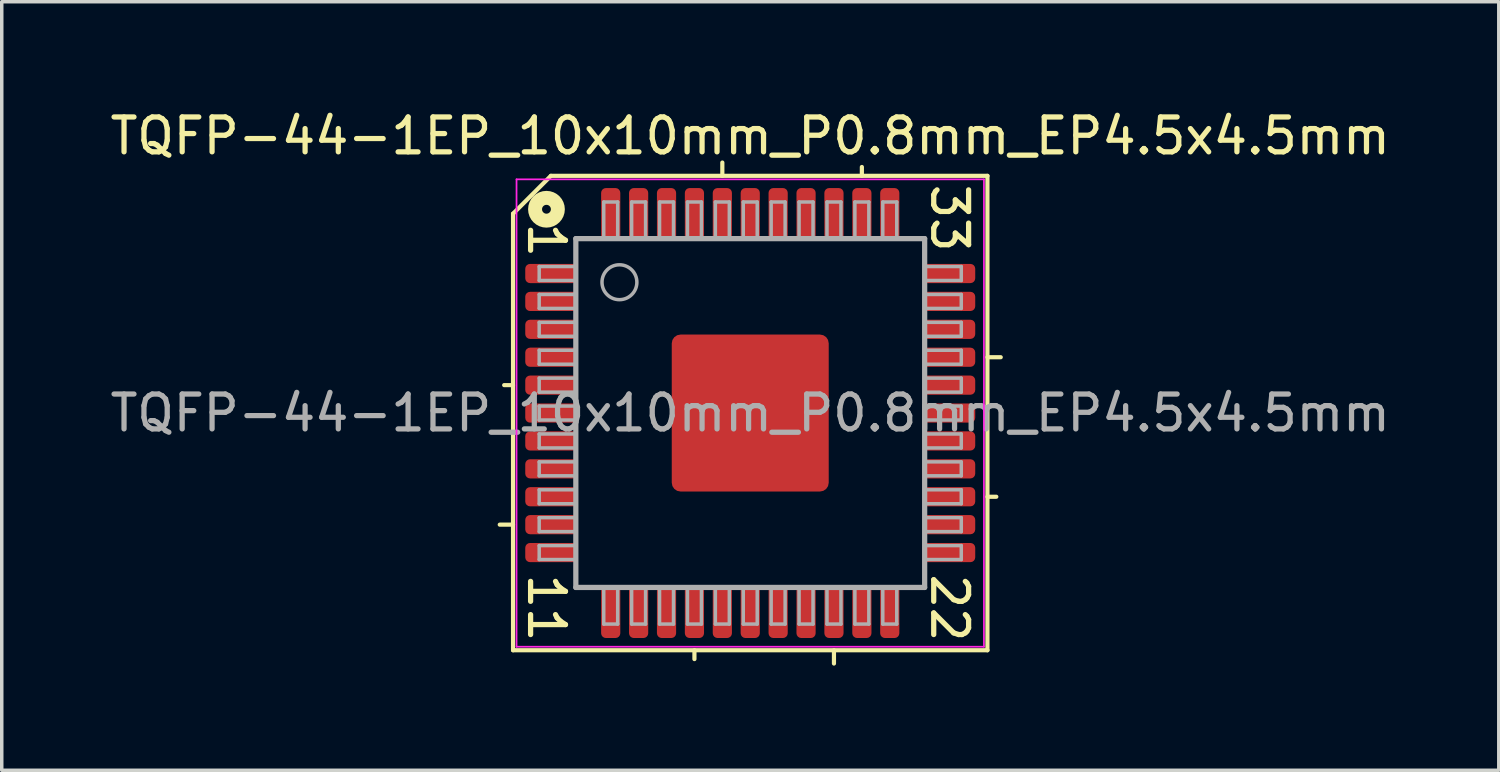
<source format=kicad_pcb>
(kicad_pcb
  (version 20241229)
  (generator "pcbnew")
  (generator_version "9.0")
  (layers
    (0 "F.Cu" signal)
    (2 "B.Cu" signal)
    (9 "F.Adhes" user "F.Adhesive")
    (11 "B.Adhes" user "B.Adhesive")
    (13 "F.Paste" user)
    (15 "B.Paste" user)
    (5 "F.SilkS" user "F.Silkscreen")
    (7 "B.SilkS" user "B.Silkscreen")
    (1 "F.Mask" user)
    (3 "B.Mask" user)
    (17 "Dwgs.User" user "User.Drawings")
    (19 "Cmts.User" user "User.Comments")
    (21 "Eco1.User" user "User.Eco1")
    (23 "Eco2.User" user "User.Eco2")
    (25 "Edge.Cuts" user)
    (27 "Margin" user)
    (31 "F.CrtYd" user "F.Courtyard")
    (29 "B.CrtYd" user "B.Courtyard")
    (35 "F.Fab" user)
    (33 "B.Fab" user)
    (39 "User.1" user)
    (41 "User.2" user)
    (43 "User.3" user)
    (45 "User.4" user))
  (footprint "TQFP-44-1EP_10x10mm_P0.8mm_EP4.5x4.5mm"
    (layer "F.Cu")
    (at 18.458 8.791)
    (property "Reference" "TQFP-44-1EP_10x10mm_P0.8mm_EP4.5x4.5mm" (at 0 -7.943 0) (layer "F.SilkS") (effects (font (size 1 1) (thickness 0.15))))
    (attr smd)
    (fp_line (start -6.8 -5.715) (end -6.8 6.8) (stroke (width 0.12) (type solid)) (layer "F.SilkS"))
    (fp_line (start -6.8 -0.8) (end -7.054 -0.8) (stroke (width 0.12) (type solid)) (layer "F.SilkS"))
    (fp_line (start -6.8 3.2) (end -7.181 3.2) (stroke (width 0.12) (type solid)) (layer "F.SilkS"))
    (fp_line (start -6.8 6.8) (end 6.8 6.8) (stroke (width 0.12) (type solid)) (layer "F.SilkS"))
    (fp_line (start -5.715 -6.8) (end -6.8 -5.715) (stroke (width 0.12) (type solid)) (layer "F.SilkS"))
    (fp_line (start -1.6 6.8) (end -1.6 7.054) (stroke (width 0.12) (type solid)) (layer "F.SilkS"))
    (fp_line (start -0.8 -6.8) (end -0.8 -7.181) (stroke (width 0.12) (type solid)) (layer "F.SilkS"))
    (fp_line (start 2.4 6.8) (end 2.4 7.181) (stroke (width 0.12) (type solid)) (layer "F.SilkS"))
    (fp_line (start 3.2 -6.8) (end 3.2 -7.054) (stroke (width 0.12) (type solid)) (layer "F.SilkS"))
    (fp_line (start 6.8 -6.8) (end -5.715 -6.8) (stroke (width 0.12) (type solid)) (layer "F.SilkS"))
    (fp_line (start 6.8 -1.6) (end 7.181 -1.6) (stroke (width 0.12) (type solid)) (layer "F.SilkS"))
    (fp_line (start 6.8 2.4) (end 7.054 2.4) (stroke (width 0.12) (type solid)) (layer "F.SilkS"))
    (fp_line (start 6.8 6.8) (end 6.8 -6.8) (stroke (width 0.12) (type solid)) (layer "F.SilkS"))
    (fp_circle (center -5.842 -5.842) (end -5.715 -5.842) (stroke (width 0.4) (type solid)) (fill no) (layer "F.SilkS"))
    (fp_line (start -6.7 -6.7) (end -6.7 6.7) (stroke (width 0.05) (type solid)) (layer "F.CrtYd"))
    (fp_line (start -6.7 -6.7) (end 6.7 -6.7) (stroke (width 0.05) (type solid)) (layer "F.CrtYd"))
    (fp_line (start -6.7 6.7) (end 6.7 6.7) (stroke (width 0.05) (type solid)) (layer "F.CrtYd"))
    (fp_line (start 6.7 -6.7) (end 6.7 6.7) (stroke (width 0.05) (type solid)) (layer "F.CrtYd"))
    (fp_line (start -6.05 -4.2) (end -6.05 -3.8) (stroke (width 0.1) (type solid)) (layer "F.Fab"))
    (fp_line (start -6.05 -4.2) (end -5 -4.2) (stroke (width 0.1) (type solid)) (layer "F.Fab"))
    (fp_line (start -6.05 -3.8) (end -5 -3.8) (stroke (width 0.1) (type solid)) (layer "F.Fab"))
    (fp_line (start -6.05 -3.4) (end -6.05 -3) (stroke (width 0.1) (type solid)) (layer "F.Fab"))
    (fp_line (start -6.05 -3.4) (end -5 -3.4) (stroke (width 0.1) (type solid)) (layer "F.Fab"))
    (fp_line (start -6.05 -3) (end -5 -3) (stroke (width 0.1) (type solid)) (layer "F.Fab"))
    (fp_line (start -6.05 -2.6) (end -6.05 -2.2) (stroke (width 0.1) (type solid)) (layer "F.Fab"))
    (fp_line (start -6.05 -2.6) (end -5 -2.6) (stroke (width 0.1) (type solid)) (layer "F.Fab"))
    (fp_line (start -6.05 -2.2) (end -5 -2.2) (stroke (width 0.1) (type solid)) (layer "F.Fab"))
    (fp_line (start -6.05 -1.8) (end -6.05 -1.4) (stroke (width 0.1) (type solid)) (layer "F.Fab"))
    (fp_line (start -6.05 -1.8) (end -5 -1.8) (stroke (width 0.1) (type solid)) (layer "F.Fab"))
    (fp_line (start -6.05 -1.4) (end -5 -1.4) (stroke (width 0.1) (type solid)) (layer "F.Fab"))
    (fp_line (start -6.05 -1) (end -6.05 -0.6) (stroke (width 0.1) (type solid)) (layer "F.Fab"))
    (fp_line (start -6.05 -1) (end -5 -1) (stroke (width 0.1) (type solid)) (layer "F.Fab"))
    (fp_line (start -6.05 -0.6) (end -5 -0.6) (stroke (width 0.1) (type solid)) (layer "F.Fab"))
    (fp_line (start -6.05 -0.2) (end -6.05 0.2) (stroke (width 0.1) (type solid)) (layer "F.Fab"))
    (fp_line (start -6.05 -0.2) (end -5 -0.2) (stroke (width 0.1) (type solid)) (layer "F.Fab"))
    (fp_line (start -6.05 0.2) (end -5 0.2) (stroke (width 0.1) (type solid)) (layer "F.Fab"))
    (fp_line (start -6.05 0.6) (end -6.05 1) (stroke (width 0.1) (type solid)) (layer "F.Fab"))
    (fp_line (start -6.05 0.6) (end -5 0.6) (stroke (width 0.1) (type solid)) (layer "F.Fab"))
    (fp_line (start -6.05 1) (end -5 1) (stroke (width 0.1) (type solid)) (layer "F.Fab"))
    (fp_line (start -6.05 1.4) (end -6.05 1.8) (stroke (width 0.1) (type solid)) (layer "F.Fab"))
    (fp_line (start -6.05 1.4) (end -5 1.4) (stroke (width 0.1) (type solid)) (layer "F.Fab"))
    (fp_line (start -6.05 1.8) (end -5 1.8) (stroke (width 0.1) (type solid)) (layer "F.Fab"))
    (fp_line (start -6.05 2.2) (end -6.05 2.6) (stroke (width 0.1) (type solid)) (layer "F.Fab"))
    (fp_line (start -6.05 2.2) (end -5 2.2) (stroke (width 0.1) (type solid)) (layer "F.Fab"))
    (fp_line (start -6.05 2.6) (end -5 2.6) (stroke (width 0.1) (type solid)) (layer "F.Fab"))
    (fp_line (start -6.05 3) (end -6.05 3.4) (stroke (width 0.1) (type solid)) (layer "F.Fab"))
    (fp_line (start -6.05 3) (end -5 3) (stroke (width 0.1) (type solid)) (layer "F.Fab"))
    (fp_line (start -6.05 3.4) (end -5 3.4) (stroke (width 0.1) (type solid)) (layer "F.Fab"))
    (fp_line (start -6.05 3.8) (end -6.05 4.2) (stroke (width 0.1) (type solid)) (layer "F.Fab"))
    (fp_line (start -6.05 3.8) (end -5 3.8) (stroke (width 0.1) (type solid)) (layer "F.Fab"))
    (fp_line (start -6.05 4.2) (end -5 4.2) (stroke (width 0.1) (type solid)) (layer "F.Fab"))
    (fp_line (start -5 -5) (end 5 -5) (stroke (width 0.15) (type solid)) (layer "F.Fab"))
    (fp_line (start -5 5) (end -5 -5) (stroke (width 0.15) (type solid)) (layer "F.Fab"))
    (fp_line (start -4.2 -6.05) (end -4.2 -5) (stroke (width 0.1) (type solid)) (layer "F.Fab"))
    (fp_line (start -4.2 6.05) (end -4.2 5) (stroke (width 0.1) (type solid)) (layer "F.Fab"))
    (fp_line (start -4.2 6.05) (end -3.8 6.05) (stroke (width 0.1) (type solid)) (layer "F.Fab"))
    (fp_line (start -3.8 -6.05) (end -4.2 -6.05) (stroke (width 0.1) (type solid)) (layer "F.Fab"))
    (fp_line (start -3.8 -6.05) (end -3.8 -5) (stroke (width 0.1) (type solid)) (layer "F.Fab"))
    (fp_line (start -3.8 6.05) (end -3.8 5) (stroke (width 0.1) (type solid)) (layer "F.Fab"))
    (fp_line (start -3.4 -6.05) (end -3.4 -5) (stroke (width 0.1) (type solid)) (layer "F.Fab"))
    (fp_line (start -3.4 6.05) (end -3.4 5) (stroke (width 0.1) (type solid)) (layer "F.Fab"))
    (fp_line (start -3.4 6.05) (end -3 6.05) (stroke (width 0.1) (type solid)) (layer "F.Fab"))
    (fp_line (start -3 -6.05) (end -3.4 -6.05) (stroke (width 0.1) (type solid)) (layer "F.Fab"))
    (fp_line (start -3 -6.05) (end -3 -5) (stroke (width 0.1) (type solid)) (layer "F.Fab"))
    (fp_line (start -3 6.05) (end -3 5) (stroke (width 0.1) (type solid)) (layer "F.Fab"))
    (fp_line (start -2.6 -6.05) (end -2.6 -5) (stroke (width 0.1) (type solid)) (layer "F.Fab"))
    (fp_line (start -2.6 6.05) (end -2.6 5) (stroke (width 0.1) (type solid)) (layer "F.Fab"))
    (fp_line (start -2.6 6.05) (end -2.2 6.05) (stroke (width 0.1) (type solid)) (layer "F.Fab"))
    (fp_line (start -2.2 -6.05) (end -2.6 -6.05) (stroke (width 0.1) (type solid)) (layer "F.Fab"))
    (fp_line (start -2.2 -6.05) (end -2.2 -5) (stroke (width 0.1) (type solid)) (layer "F.Fab"))
    (fp_line (start -2.2 6.05) (end -2.2 5) (stroke (width 0.1) (type solid)) (layer "F.Fab"))
    (fp_line (start -1.8 -6.05) (end -1.8 -5) (stroke (width 0.1) (type solid)) (layer "F.Fab"))
    (fp_line (start -1.8 6.05) (end -1.8 5) (stroke (width 0.1) (type solid)) (layer "F.Fab"))
    (fp_line (start -1.8 6.05) (end -1.4 6.05) (stroke (width 0.1) (type solid)) (layer "F.Fab"))
    (fp_line (start -1.4 -6.05) (end -1.8 -6.05) (stroke (width 0.1) (type solid)) (layer "F.Fab"))
    (fp_line (start -1.4 -6.05) (end -1.4 -5) (stroke (width 0.1) (type solid)) (layer "F.Fab"))
    (fp_line (start -1.4 6.05) (end -1.4 5) (stroke (width 0.1) (type solid)) (layer "F.Fab"))
    (fp_line (start -1 -6.05) (end -1 -5) (stroke (width 0.1) (type solid)) (layer "F.Fab"))
    (fp_line (start -1 6.05) (end -1 5) (stroke (width 0.1) (type solid)) (layer "F.Fab"))
    (fp_line (start -1 6.05) (end -0.6 6.05) (stroke (width 0.1) (type solid)) (layer "F.Fab"))
    (fp_line (start -0.6 -6.05) (end -1 -6.05) (stroke (width 0.1) (type solid)) (layer "F.Fab"))
    (fp_line (start -0.6 -6.05) (end -0.6 -5) (stroke (width 0.1) (type solid)) (layer "F.Fab"))
    (fp_line (start -0.6 6.05) (end -0.6 5) (stroke (width 0.1) (type solid)) (layer "F.Fab"))
    (fp_line (start -0.2 -6.05) (end -0.2 -5) (stroke (width 0.1) (type solid)) (layer "F.Fab"))
    (fp_line (start -0.2 6.05) (end -0.2 5) (stroke (width 0.1) (type solid)) (layer "F.Fab"))
    (fp_line (start -0.2 6.05) (end 0.2 6.05) (stroke (width 0.1) (type solid)) (layer "F.Fab"))
    (fp_line (start 0.2 -6.05) (end -0.2 -6.05) (stroke (width 0.1) (type solid)) (layer "F.Fab"))
    (fp_line (start 0.2 -6.05) (end 0.2 -5) (stroke (width 0.1) (type solid)) (layer "F.Fab"))
    (fp_line (start 0.2 6.05) (end 0.2 5) (stroke (width 0.1) (type solid)) (layer "F.Fab"))
    (fp_line (start 0.6 -6.05) (end 0.6 -5) (stroke (width 0.1) (type solid)) (layer "F.Fab"))
    (fp_line (start 0.6 6.05) (end 0.6 5) (stroke (width 0.1) (type solid)) (layer "F.Fab"))
    (fp_line (start 0.6 6.05) (end 1 6.05) (stroke (width 0.1) (type solid)) (layer "F.Fab"))
    (fp_line (start 1 -6.05) (end 0.6 -6.05) (stroke (width 0.1) (type solid)) (layer "F.Fab"))
    (fp_line (start 1 -6.05) (end 1 -5) (stroke (width 0.1) (type solid)) (layer "F.Fab"))
    (fp_line (start 1 6.05) (end 1 5) (stroke (width 0.1) (type solid)) (layer "F.Fab"))
    (fp_line (start 1.4 -6.05) (end 1.4 -5) (stroke (width 0.1) (type solid)) (layer "F.Fab"))
    (fp_line (start 1.4 6.05) (end 1.4 5) (stroke (width 0.1) (type solid)) (layer "F.Fab"))
    (fp_line (start 1.4 6.05) (end 1.8 6.05) (stroke (width 0.1) (type solid)) (layer "F.Fab"))
    (fp_line (start 1.8 -6.05) (end 1.4 -6.05) (stroke (width 0.1) (type solid)) (layer "F.Fab"))
    (fp_line (start 1.8 -6.05) (end 1.8 -5) (stroke (width 0.1) (type solid)) (layer "F.Fab"))
    (fp_line (start 1.8 6.05) (end 1.8 5) (stroke (width 0.1) (type solid)) (layer "F.Fab"))
    (fp_line (start 2.2 -6.05) (end 2.2 -5) (stroke (width 0.1) (type solid)) (layer "F.Fab"))
    (fp_line (start 2.2 6.05) (end 2.2 5) (stroke (width 0.1) (type solid)) (layer "F.Fab"))
    (fp_line (start 2.2 6.05) (end 2.6 6.05) (stroke (width 0.1) (type solid)) (layer "F.Fab"))
    (fp_line (start 2.6 -6.05) (end 2.2 -6.05) (stroke (width 0.1) (type solid)) (layer "F.Fab"))
    (fp_line (start 2.6 -6.05) (end 2.6 -5) (stroke (width 0.1) (type solid)) (layer "F.Fab"))
    (fp_line (start 2.6 6.05) (end 2.6 5) (stroke (width 0.1) (type solid)) (layer "F.Fab"))
    (fp_line (start 3 -6.05) (end 3 -5) (stroke (width 0.1) (type solid)) (layer "F.Fab"))
    (fp_line (start 3 6.05) (end 3 5) (stroke (width 0.1) (type solid)) (layer "F.Fab"))
    (fp_line (start 3 6.05) (end 3.4 6.05) (stroke (width 0.1) (type solid)) (layer "F.Fab"))
    (fp_line (start 3.4 -6.05) (end 3 -6.05) (stroke (width 0.1) (type solid)) (layer "F.Fab"))
    (fp_line (start 3.4 -6.05) (end 3.4 -5) (stroke (width 0.1) (type solid)) (layer "F.Fab"))
    (fp_line (start 3.4 6.05) (end 3.4 5) (stroke (width 0.1) (type solid)) (layer "F.Fab"))
    (fp_line (start 3.8 -6.05) (end 3.8 -5) (stroke (width 0.1) (type solid)) (layer "F.Fab"))
    (fp_line (start 3.8 6.05) (end 3.8 5) (stroke (width 0.1) (type solid)) (layer "F.Fab"))
    (fp_line (start 3.8 6.05) (end 4.2 6.05) (stroke (width 0.1) (type solid)) (layer "F.Fab"))
    (fp_line (start 4.2 -6.05) (end 3.8 -6.05) (stroke (width 0.1) (type solid)) (layer "F.Fab"))
    (fp_line (start 4.2 -6.05) (end 4.2 -5) (stroke (width 0.1) (type solid)) (layer "F.Fab"))
    (fp_line (start 4.2 6.05) (end 4.2 5) (stroke (width 0.1) (type solid)) (layer "F.Fab"))
    (fp_line (start 5 -5) (end 5 5) (stroke (width 0.15) (type solid)) (layer "F.Fab"))
    (fp_line (start 5 5) (end -5 5) (stroke (width 0.15) (type solid)) (layer "F.Fab"))
    (fp_line (start 6.05 -4.2) (end 5 -4.2) (stroke (width 0.1) (type solid)) (layer "F.Fab"))
    (fp_line (start 6.05 -3.8) (end 5 -3.8) (stroke (width 0.1) (type solid)) (layer "F.Fab"))
    (fp_line (start 6.05 -3.8) (end 6.05 -4.2) (stroke (width 0.1) (type solid)) (layer "F.Fab"))
    (fp_line (start 6.05 -3.4) (end 5 -3.4) (stroke (width 0.1) (type solid)) (layer "F.Fab"))
    (fp_line (start 6.05 -3) (end 5 -3) (stroke (width 0.1) (type solid)) (layer "F.Fab"))
    (fp_line (start 6.05 -3) (end 6.05 -3.4) (stroke (width 0.1) (type solid)) (layer "F.Fab"))
    (fp_line (start 6.05 -2.6) (end 5 -2.6) (stroke (width 0.1) (type solid)) (layer "F.Fab"))
    (fp_line (start 6.05 -2.2) (end 5 -2.2) (stroke (width 0.1) (type solid)) (layer "F.Fab"))
    (fp_line (start 6.05 -2.2) (end 6.05 -2.6) (stroke (width 0.1) (type solid)) (layer "F.Fab"))
    (fp_line (start 6.05 -1.8) (end 5 -1.8) (stroke (width 0.1) (type solid)) (layer "F.Fab"))
    (fp_line (start 6.05 -1.4) (end 5 -1.4) (stroke (width 0.1) (type solid)) (layer "F.Fab"))
    (fp_line (start 6.05 -1.4) (end 6.05 -1.8) (stroke (width 0.1) (type solid)) (layer "F.Fab"))
    (fp_line (start 6.05 -1) (end 5 -1) (stroke (width 0.1) (type solid)) (layer "F.Fab"))
    (fp_line (start 6.05 -0.6) (end 5 -0.6) (stroke (width 0.1) (type solid)) (layer "F.Fab"))
    (fp_line (start 6.05 -0.6) (end 6.05 -1) (stroke (width 0.1) (type solid)) (layer "F.Fab"))
    (fp_line (start 6.05 -0.2) (end 5 -0.2) (stroke (width 0.1) (type solid)) (layer "F.Fab"))
    (fp_line (start 6.05 0.2) (end 5 0.2) (stroke (width 0.1) (type solid)) (layer "F.Fab"))
    (fp_line (start 6.05 0.2) (end 6.05 -0.2) (stroke (width 0.1) (type solid)) (layer "F.Fab"))
    (fp_line (start 6.05 0.6) (end 5 0.6) (stroke (width 0.1) (type solid)) (layer "F.Fab"))
    (fp_line (start 6.05 1) (end 5 1) (stroke (width 0.1) (type solid)) (layer "F.Fab"))
    (fp_line (start 6.05 1) (end 6.05 0.6) (stroke (width 0.1) (type solid)) (layer "F.Fab"))
    (fp_line (start 6.05 1.4) (end 5 1.4) (stroke (width 0.1) (type solid)) (layer "F.Fab"))
    (fp_line (start 6.05 1.8) (end 5 1.8) (stroke (width 0.1) (type solid)) (layer "F.Fab"))
    (fp_line (start 6.05 1.8) (end 6.05 1.4) (stroke (width 0.1) (type solid)) (layer "F.Fab"))
    (fp_line (start 6.05 2.2) (end 5 2.2) (stroke (width 0.1) (type solid)) (layer "F.Fab"))
    (fp_line (start 6.05 2.6) (end 5 2.6) (stroke (width 0.1) (type solid)) (layer "F.Fab"))
    (fp_line (start 6.05 2.6) (end 6.05 2.2) (stroke (width 0.1) (type solid)) (layer "F.Fab"))
    (fp_line (start 6.05 3) (end 5 3) (stroke (width 0.1) (type solid)) (layer "F.Fab"))
    (fp_line (start 6.05 3.4) (end 5 3.4) (stroke (width 0.1) (type solid)) (layer "F.Fab"))
    (fp_line (start 6.05 3.4) (end 6.05 3) (stroke (width 0.1) (type solid)) (layer "F.Fab"))
    (fp_line (start 6.05 3.8) (end 5 3.8) (stroke (width 0.1) (type solid)) (layer "F.Fab"))
    (fp_line (start 6.05 4.2) (end 5 4.2) (stroke (width 0.1) (type solid)) (layer "F.Fab"))
    (fp_line (start 6.05 4.2) (end 6.05 3.8) (stroke (width 0.1) (type solid)) (layer "F.Fab"))
    (fp_circle (center -3.75 -3.75) (end -3.25 -3.75) (stroke (width 0.1) (type solid)) (fill no) (layer "F.Fab"))
    (fp_text user "1" (at -5.842 -4.953 270) (unlocked yes) (layer "F.SilkS") (effects (font (size 1 1) (thickness 0.15))))
    (fp_text user "33" (at 5.715 -5.588 270) (unlocked yes) (layer "F.SilkS") (effects (font (size 1 1) (thickness 0.15))))
    (fp_text user "22" (at 5.715 5.588 270) (unlocked yes) (layer "F.SilkS") (effects (font (size 1 1) (thickness 0.15))))
    (fp_text user "11" (at -5.842 5.588 270) (unlocked yes) (layer "F.SilkS") (effects (font (size 1 1) (thickness 0.15))))
    (fp_text user "${REFERENCE}" (at 0 0 0) (layer "F.Fab") (effects (font (size 1 1) (thickness 0.15))))
    (pad "" smd roundrect (at -1.5 -1.5) (size 1.16 1.16) (layers "F.Paste") (roundrect_rratio 0.216))
    (pad "" smd roundrect (at -1.5 0) (size 1.16 1.16) (layers "F.Paste") (roundrect_rratio 0.216))
    (pad "" smd roundrect (at -1.5 1.5) (size 1.16 1.16) (layers "F.Paste") (roundrect_rratio 0.216))
    (pad "" smd roundrect (at 0 -1.5) (size 1.16 1.16) (layers "F.Paste") (roundrect_rratio 0.216))
    (pad "" smd roundrect (at 0 0) (size 1.16 1.16) (layers "F.Paste") (roundrect_rratio 0.216))
    (pad "" smd roundrect (at 0 1.5) (size 1.16 1.16) (layers "F.Paste") (roundrect_rratio 0.216))
    (pad "" smd roundrect (at 1.5 -1.5) (size 1.16 1.16) (layers "F.Paste") (roundrect_rratio 0.216))
    (pad "" smd roundrect (at 1.5 0) (size 1.16 1.16) (layers "F.Paste") (roundrect_rratio 0.216))
    (pad "" smd roundrect (at 1.5 1.5) (size 1.16 1.16) (layers "F.Paste") (roundrect_rratio 0.216))
    (pad "1" smd roundrect (at -5.7 -4) (size 1.5 0.55) (layers "F.Cu" "F.Mask" "F.Paste") (roundrect_rratio 0.25))
    (pad "2" smd roundrect (at -5.7 -3.2) (size 1.5 0.55) (layers "F.Cu" "F.Mask" "F.Paste") (roundrect_rratio 0.25))
    (pad "3" smd roundrect (at -5.7 -2.4) (size 1.5 0.55) (layers "F.Cu" "F.Mask" "F.Paste") (roundrect_rratio 0.25))
    (pad "4" smd roundrect (at -5.7 -1.6) (size 1.5 0.55) (layers "F.Cu" "F.Mask" "F.Paste") (roundrect_rratio 0.25))
    (pad "5" smd roundrect (at -5.7 -0.8) (size 1.5 0.55) (layers "F.Cu" "F.Mask" "F.Paste") (roundrect_rratio 0.25))
    (pad "6" smd roundrect (at -5.7 0) (size 1.5 0.55) (layers "F.Cu" "F.Mask" "F.Paste") (roundrect_rratio 0.25))
    (pad "7" smd roundrect (at -5.7 0.8) (size 1.5 0.55) (layers "F.Cu" "F.Mask" "F.Paste") (roundrect_rratio 0.25))
    (pad "8" smd roundrect (at -5.7 1.6) (size 1.5 0.55) (layers "F.Cu" "F.Mask" "F.Paste") (roundrect_rratio 0.25))
    (pad "9" smd roundrect (at -5.7 2.4) (size 1.5 0.55) (layers "F.Cu" "F.Mask" "F.Paste") (roundrect_rratio 0.25))
    (pad "10" smd roundrect (at -5.7 3.2) (size 1.5 0.55) (layers "F.Cu" "F.Mask" "F.Paste") (roundrect_rratio 0.25))
    (pad "11" smd roundrect (at -5.7 4) (size 1.5 0.55) (layers "F.Cu" "F.Mask" "F.Paste") (roundrect_rratio 0.25))
    (pad "12" smd roundrect (at -4 5.7 90) (size 1.5 0.55) (layers "F.Cu" "F.Mask" "F.Paste") (roundrect_rratio 0.25))
    (pad "13" smd roundrect (at -3.2 5.7 90) (size 1.5 0.55) (layers "F.Cu" "F.Mask" "F.Paste") (roundrect_rratio 0.25))
    (pad "14" smd roundrect (at -2.4 5.7 90) (size 1.5 0.55) (layers "F.Cu" "F.Mask" "F.Paste") (roundrect_rratio 0.25))
    (pad "15" smd roundrect (at -1.6 5.7 90) (size 1.5 0.55) (layers "F.Cu" "F.Mask" "F.Paste") (roundrect_rratio 0.25))
    (pad "16" smd roundrect (at -0.8 5.7 90) (size 1.5 0.55) (layers "F.Cu" "F.Mask" "F.Paste") (roundrect_rratio 0.25))
    (pad "17" smd roundrect (at 0 5.7 90) (size 1.5 0.55) (layers "F.Cu" "F.Mask" "F.Paste") (roundrect_rratio 0.25))
    (pad "18" smd roundrect (at 0.8 5.7 90) (size 1.5 0.55) (layers "F.Cu" "F.Mask" "F.Paste") (roundrect_rratio 0.25))
    (pad "19" smd roundrect (at 1.6 5.7 90) (size 1.5 0.55) (layers "F.Cu" "F.Mask" "F.Paste") (roundrect_rratio 0.25))
    (pad "20" smd roundrect (at 2.4 5.7 90) (size 1.5 0.55) (layers "F.Cu" "F.Mask" "F.Paste") (roundrect_rratio 0.25))
    (pad "21" smd roundrect (at 3.2 5.7 90) (size 1.5 0.55) (layers "F.Cu" "F.Mask" "F.Paste") (roundrect_rratio 0.25))
    (pad "22" smd roundrect (at 4 5.7 90) (size 1.5 0.55) (layers "F.Cu" "F.Mask" "F.Paste") (roundrect_rratio 0.25))
    (pad "23" smd roundrect (at 5.7 4) (size 1.5 0.55) (layers "F.Cu" "F.Mask" "F.Paste") (roundrect_rratio 0.25))
    (pad "24" smd roundrect (at 5.7 3.2) (size 1.5 0.55) (layers "F.Cu" "F.Mask" "F.Paste") (roundrect_rratio 0.25))
    (pad "25" smd roundrect (at 5.7 2.4) (size 1.5 0.55) (layers "F.Cu" "F.Mask" "F.Paste") (roundrect_rratio 0.25))
    (pad "26" smd roundrect (at 5.7 1.6) (size 1.5 0.55) (layers "F.Cu" "F.Mask" "F.Paste") (roundrect_rratio 0.25))
    (pad "27" smd roundrect (at 5.7 0.8) (size 1.5 0.55) (layers "F.Cu" "F.Mask" "F.Paste") (roundrect_rratio 0.25))
    (pad "28" smd roundrect (at 5.7 0) (size 1.5 0.55) (layers "F.Cu" "F.Mask" "F.Paste") (roundrect_rratio 0.25))
    (pad "29" smd roundrect (at 5.7 -0.8) (size 1.5 0.55) (layers "F.Cu" "F.Mask" "F.Paste") (roundrect_rratio 0.25))
    (pad "30" smd roundrect (at 5.7 -1.6) (size 1.5 0.55) (layers "F.Cu" "F.Mask" "F.Paste") (roundrect_rratio 0.25))
    (pad "31" smd roundrect (at 5.7 -2.4) (size 1.5 0.55) (layers "F.Cu" "F.Mask" "F.Paste") (roundrect_rratio 0.25))
    (pad "32" smd roundrect (at 5.7 -3.2) (size 1.5 0.55) (layers "F.Cu" "F.Mask" "F.Paste") (roundrect_rratio 0.25))
    (pad "33" smd roundrect (at 5.7 -4) (size 1.5 0.55) (layers "F.Cu" "F.Mask" "F.Paste") (roundrect_rratio 0.25))
    (pad "34" smd roundrect (at 4 -5.7 90) (size 1.5 0.55) (layers "F.Cu" "F.Mask" "F.Paste") (roundrect_rratio 0.25))
    (pad "35" smd roundrect (at 3.2 -5.7 90) (size 1.5 0.55) (layers "F.Cu" "F.Mask" "F.Paste") (roundrect_rratio 0.25))
    (pad "36" smd roundrect (at 2.4 -5.7 90) (size 1.5 0.55) (layers "F.Cu" "F.Mask" "F.Paste") (roundrect_rratio 0.25))
    (pad "37" smd roundrect (at 1.6 -5.7 90) (size 1.5 0.55) (layers "F.Cu" "F.Mask" "F.Paste") (roundrect_rratio 0.25))
    (pad "38" smd roundrect (at 0.8 -5.7 90) (size 1.5 0.55) (layers "F.Cu" "F.Mask" "F.Paste") (roundrect_rratio 0.25))
    (pad "39" smd roundrect (at 0 -5.7 90) (size 1.5 0.55) (layers "F.Cu" "F.Mask" "F.Paste") (roundrect_rratio 0.25))
    (pad "40" smd roundrect (at -0.8 -5.7 90) (size 1.5 0.55) (layers "F.Cu" "F.Mask" "F.Paste") (roundrect_rratio 0.25))
    (pad "41" smd roundrect (at -1.6 -5.7 90) (size 1.5 0.55) (layers "F.Cu" "F.Mask" "F.Paste") (roundrect_rratio 0.25))
    (pad "42" smd roundrect (at -2.4 -5.7 90) (size 1.5 0.55) (layers "F.Cu" "F.Mask" "F.Paste") (roundrect_rratio 0.25))
    (pad "43" smd roundrect (at -3.2 -5.7 90) (size 1.5 0.55) (layers "F.Cu" "F.Mask" "F.Paste") (roundrect_rratio 0.25))
    (pad "44" smd roundrect (at -4 -5.7 90) (size 1.5 0.55) (layers "F.Cu" "F.Mask" "F.Paste") (roundrect_rratio 0.25))
    (pad "45" smd roundrect (at 0 0) (size 4.5 4.5) (layers "F.Cu" "F.Mask") (roundrect_rratio 0.056)))
  (gr_rect
    (start -3 -3)
    (end 39.917 19.032)
    (stroke (width 0.1) (type default))
    (fill no)
    (layer "Edge.Cuts")))
</source>
